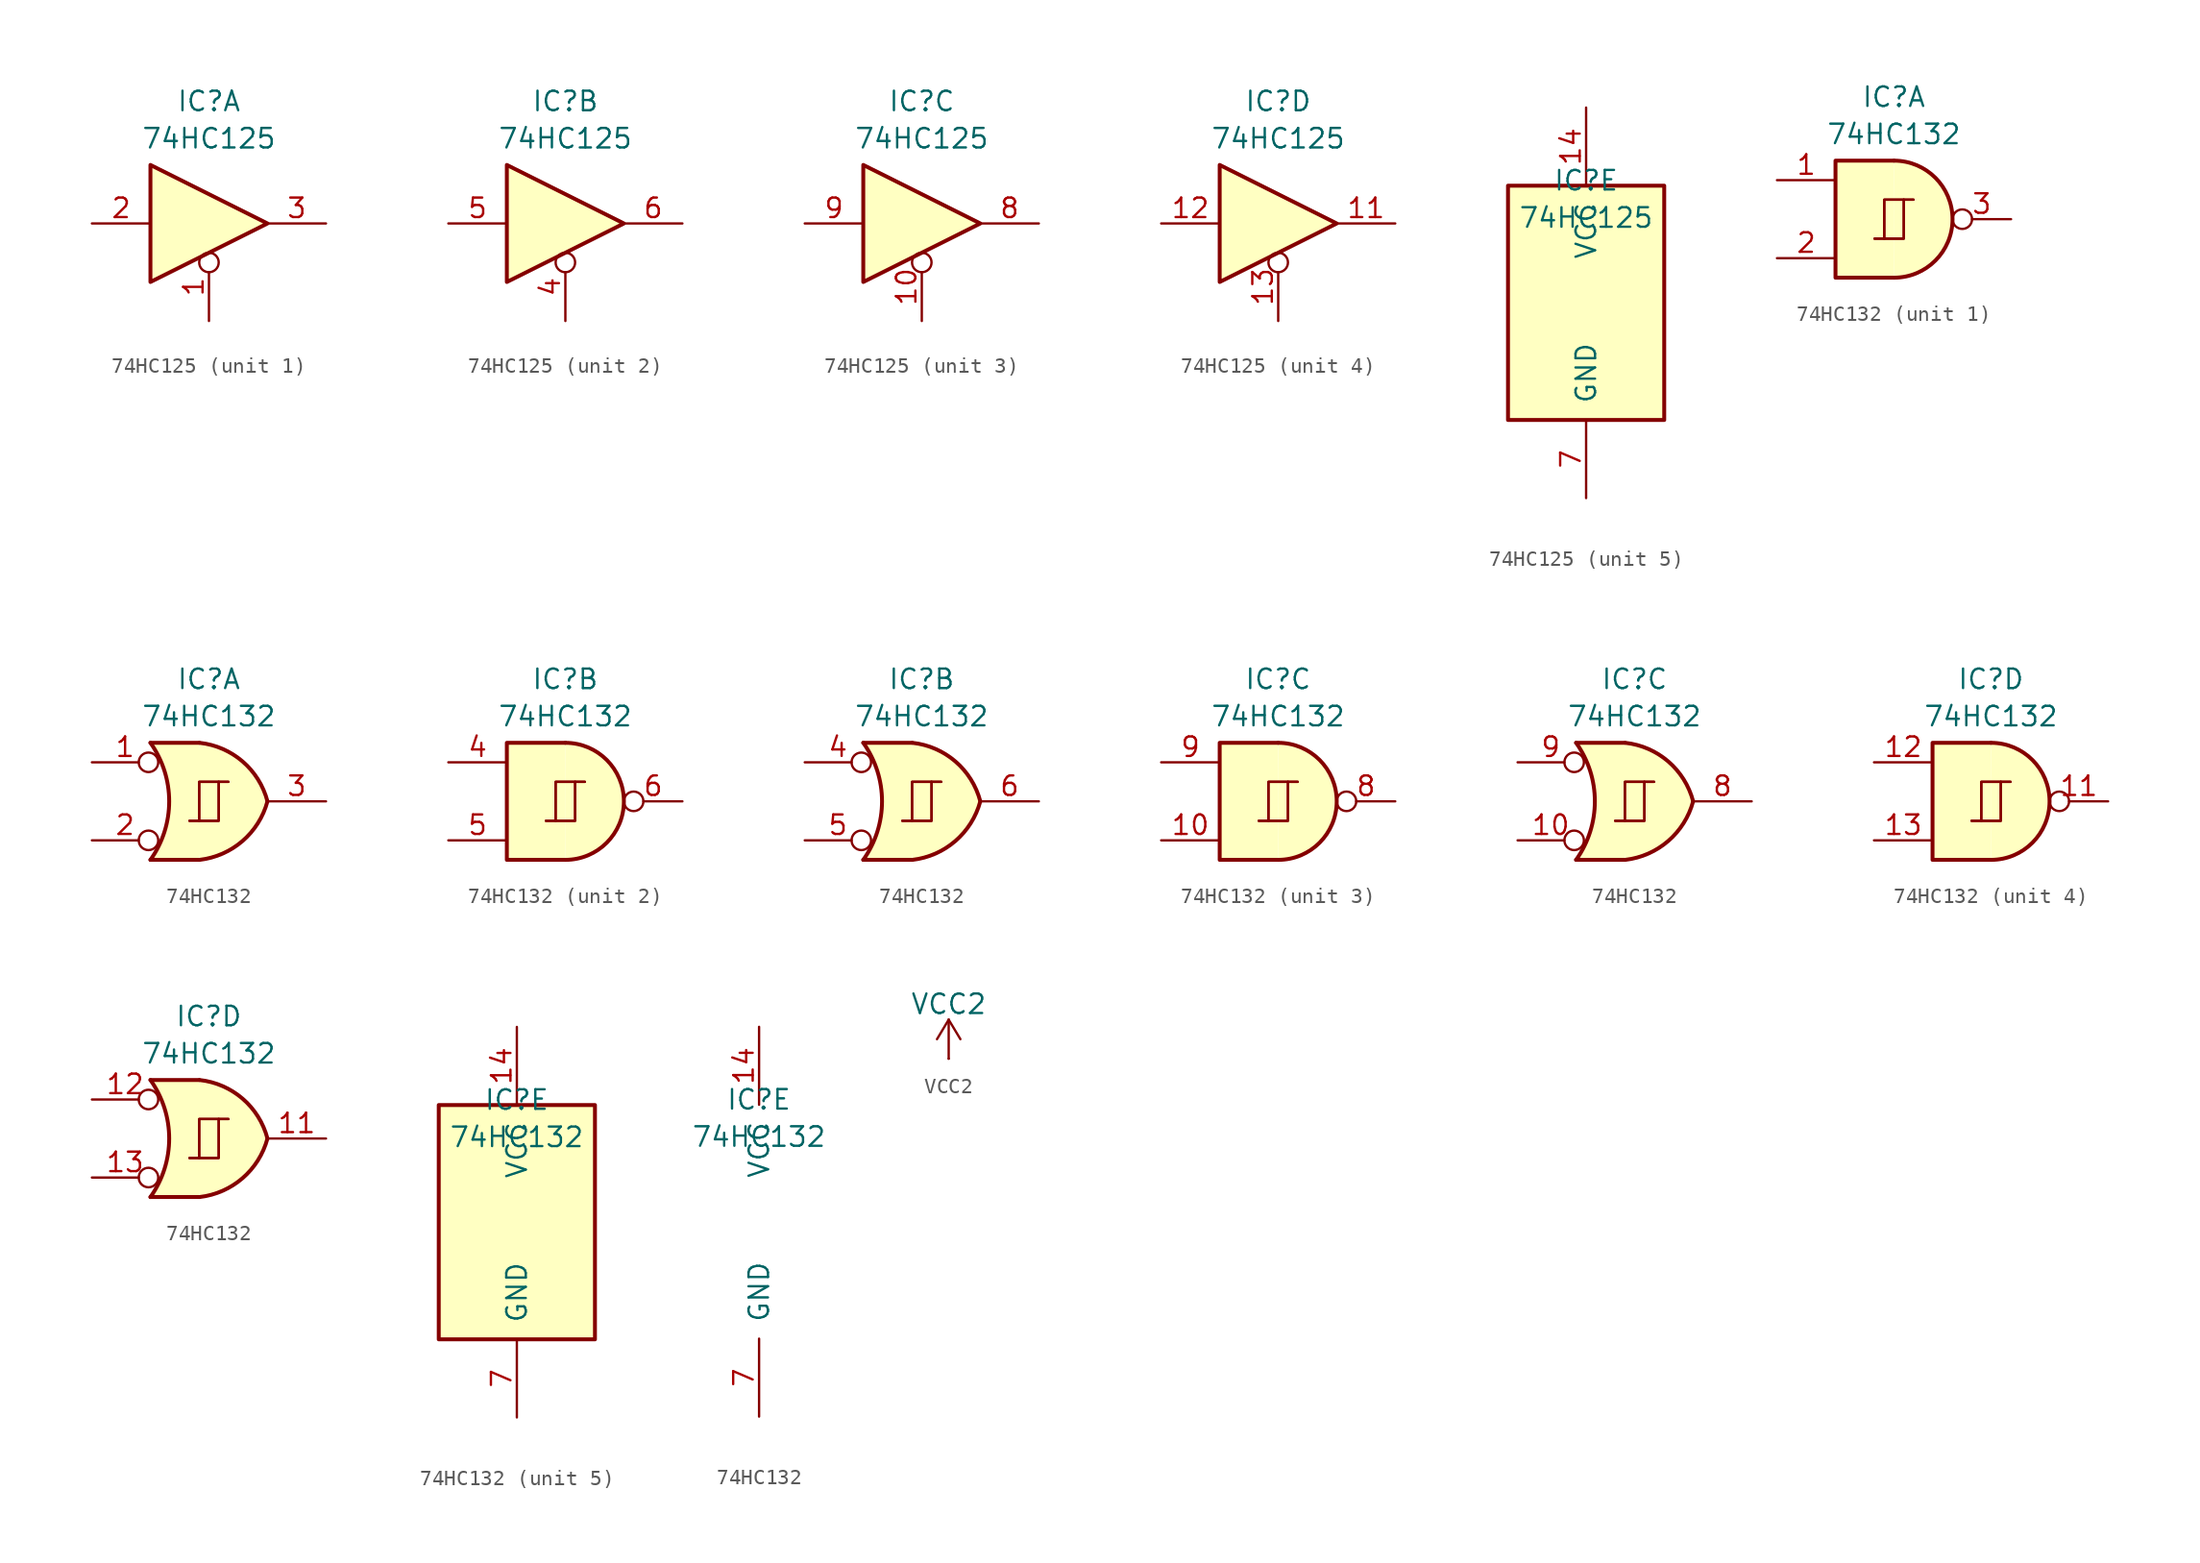
<source format=kicad_sym>
(kicad_symbol_lib
  (version 20231120)
  (generator "kicad_symbol_editor")
  (generator_version "8.0")
  (symbol "74HC125"
    (pin_names
      (offset 1.016))
    (property "Reference" "IC"
      (at 0 7.955 0)
      (effects (font (size 1.27 1.27))))
    (property "Value" "74HC125"
      (at 0 5.53 0)
      (effects (font (size 1.27 1.27))))
    (property "ki_locked" ""
      (at 0 0 0)
      (effects (font (size 1.27 1.27))))
    (symbol "74HC125_1_0"
      (polyline (pts (xy -3.81 3.81) (xy -3.81 -3.81) (xy 3.81 0) (xy -3.81 3.81)) (stroke (width 0.254) (type default)) (fill (type background)))
      (pin input inverted (at 0 -6.35 90) (length 4.445) (name "~" (effects (font (size 1.27 1.27)))) (number "1" (effects (font (size 1.27 1.27)))))
      (pin input line (at -7.62 0 0) (length 3.81) (name "~" (effects (font (size 1.27 1.27)))) (number "2" (effects (font (size 1.27 1.27)))))
      (pin tri_state line (at 7.62 0 180) (length 3.81) (name "~" (effects (font (size 1.27 1.27)))) (number "3" (effects (font (size 1.27 1.27))))))
    (symbol "74HC125_2_0"
      (polyline (pts (xy -3.81 3.81) (xy -3.81 -3.81) (xy 3.81 0) (xy -3.81 3.81)) (stroke (width 0.254) (type default)) (fill (type background)))
      (pin input inverted (at 0 -6.35 90) (length 4.445) (name "~" (effects (font (size 1.27 1.27)))) (number "4" (effects (font (size 1.27 1.27)))))
      (pin input line (at -7.62 0 0) (length 3.81) (name "~" (effects (font (size 1.27 1.27)))) (number "5" (effects (font (size 1.27 1.27)))))
      (pin tri_state line (at 7.62 0 180) (length 3.81) (name "~" (effects (font (size 1.27 1.27)))) (number "6" (effects (font (size 1.27 1.27))))))
    (symbol "74HC125_3_0"
      (polyline (pts (xy -3.81 3.81) (xy -3.81 -3.81) (xy 3.81 0) (xy -3.81 3.81)) (stroke (width 0.254) (type default)) (fill (type background)))
      (pin input inverted (at 0 -6.35 90) (length 4.445) (name "~" (effects (font (size 1.27 1.27)))) (number "10" (effects (font (size 1.27 1.27)))))
      (pin tri_state line (at 7.62 0 180) (length 3.81) (name "~" (effects (font (size 1.27 1.27)))) (number "8" (effects (font (size 1.27 1.27)))))
      (pin input line (at -7.62 0 0) (length 3.81) (name "~" (effects (font (size 1.27 1.27)))) (number "9" (effects (font (size 1.27 1.27))))))
    (symbol "74HC125_4_0"
      (polyline (pts (xy -3.81 3.81) (xy -3.81 -3.81) (xy 3.81 0) (xy -3.81 3.81)) (stroke (width 0.254) (type default)) (fill (type background)))
      (pin tri_state line (at 7.62 0 180) (length 3.81) (name "~" (effects (font (size 1.27 1.27)))) (number "11" (effects (font (size 1.27 1.27)))))
      (pin input line (at -7.62 0 0) (length 3.81) (name "~" (effects (font (size 1.27 1.27)))) (number "12" (effects (font (size 1.27 1.27)))))
      (pin input inverted (at 0 -6.35 90) (length 4.445) (name "~" (effects (font (size 1.27 1.27)))) (number "13" (effects (font (size 1.27 1.27))))))
    (symbol "74HC125_5_0"
      (pin power_in line (at 0 12.7 270) (length 5.08) (name "VCC" (effects (font (size 1.27 1.27)))) (number "14" (effects (font (size 1.27 1.27)))))
      (pin power_in line (at 0 -12.7 90) (length 5.08) (name "GND" (effects (font (size 1.27 1.27)))) (number "7" (effects (font (size 1.27 1.27))))))
    (symbol "74HC125_5_1"
      (rectangle (start -5.08 7.62) (end 5.08 -7.62) (stroke (width 0.254) (type default)) (fill (type background)))))
  (symbol "74HC132"
    (pin_names
      (offset 1.016))
    (property "Reference" "IC"
      (at -0.008 7.955 0)
      (effects (font (size 1.27 1.27))))
    (property "Value" "74HC132"
      (at -0.008 5.53 0)
      (effects (font (size 1.27 1.27))))
    (property "ki_locked" ""
      (at 0 0 0)
      (effects (font (size 1.27 1.27))))
    (symbol "74HC132_1_0"
      (polyline (pts (xy -0.635 -1.27) (xy -0.635 1.27) (xy 0.635 1.27)) (stroke (width 0) (type default)) (fill (type none)))
      (polyline (pts (xy -0.635 -1.27) (xy -0.635 1.27) (xy 0.635 1.27)) (stroke (width 0) (type default)) (fill (type none)))
      (polyline (pts (xy -1.27 -1.27) (xy 0.635 -1.27) (xy 0.635 1.27) (xy 1.27 1.27)) (stroke (width 0) (type default)) (fill (type none)))
      (polyline (pts (xy -1.27 -1.27) (xy 0.635 -1.27) (xy 0.635 1.27) (xy 1.27 1.27)) (stroke (width 0) (type default)) (fill (type none))))
    (symbol "74HC132_1_1"
      (arc (start 0 -3.81) (mid 3.7934 0) (end 0 3.81) (stroke (width 0.254) (type default)) (fill (type background)))
      (polyline (pts (xy 0 3.81) (xy -3.81 3.81) (xy -3.81 -3.81) (xy 0 -3.81)) (stroke (width 0.254) (type default)) (fill (type background)))
      (pin input line (at -7.62 2.54 0) (length 3.81) (name "~" (effects (font (size 1.27 1.27)))) (number "1" (effects (font (size 1.27 1.27)))))
      (pin input line (at -7.62 -2.54 0) (length 3.81) (name "~" (effects (font (size 1.27 1.27)))) (number "2" (effects (font (size 1.27 1.27)))))
      (pin output inverted (at 7.62 0 180) (length 3.81) (name "~" (effects (font (size 1.27 1.27)))) (number "3" (effects (font (size 1.27 1.27))))))
    (symbol "74HC132_1_2"
      (arc (start -3.81 -3.81) (mid -2.589 0) (end -3.81 3.81) (stroke (width 0.254) (type default)) (fill (type none)))
      (arc (start -0.6096 -3.81) (mid 2.1842 -2.5851) (end 3.81 0) (stroke (width 0.254) (type default)) (fill (type background)))
      (polyline (pts (xy -3.81 -3.81) (xy -0.635 -3.81)) (stroke (width 0.254) (type default)) (fill (type background)))
      (polyline (pts (xy -3.81 3.81) (xy -0.635 3.81)) (stroke (width 0.254) (type default)) (fill (type background)))
      (polyline (pts (xy -0.635 3.81) (xy -3.81 3.81) (xy -3.81 3.81) (xy -3.556 3.404) (xy -3.023 2.261) (xy -2.692 1.041) (xy -2.616 -0.254) (xy -2.769 -1.499) (xy -3.175 -2.718) (xy -3.81 -3.81) (xy -3.81 -3.81) (xy -0.635 -3.81)) (stroke (width -25.4) (type default)) (fill (type background)))
      (arc (start 3.81 0) (mid 2.1915 2.5936) (end -0.6096 3.81) (stroke (width 0.254) (type default)) (fill (type background)))
      (pin input inverted (at -7.62 2.54 0) (length 4.318) (name "~" (effects (font (size 1.27 1.27)))) (number "1" (effects (font (size 1.27 1.27)))))
      (pin input inverted (at -7.62 -2.54 0) (length 4.318) (name "~" (effects (font (size 1.27 1.27)))) (number "2" (effects (font (size 1.27 1.27)))))
      (pin output line (at 7.62 0 180) (length 3.81) (name "~" (effects (font (size 1.27 1.27)))) (number "3" (effects (font (size 1.27 1.27))))))
    (symbol "74HC132_2_0"
      (polyline (pts (xy -0.635 -1.27) (xy -0.635 1.27) (xy 0.635 1.27)) (stroke (width 0) (type default)) (fill (type none)))
      (polyline (pts (xy -0.635 -1.27) (xy -0.635 1.27) (xy 0.635 1.27)) (stroke (width 0) (type default)) (fill (type none)))
      (polyline (pts (xy -1.27 -1.27) (xy 0.635 -1.27) (xy 0.635 1.27) (xy 1.27 1.27)) (stroke (width 0) (type default)) (fill (type none)))
      (polyline (pts (xy -1.27 -1.27) (xy 0.635 -1.27) (xy 0.635 1.27) (xy 1.27 1.27)) (stroke (width 0) (type default)) (fill (type none))))
    (symbol "74HC132_2_1"
      (arc (start 0 -3.81) (mid 3.7934 0) (end 0 3.81) (stroke (width 0.254) (type default)) (fill (type background)))
      (polyline (pts (xy 0 3.81) (xy -3.81 3.81) (xy -3.81 -3.81) (xy 0 -3.81)) (stroke (width 0.254) (type default)) (fill (type background)))
      (pin input line (at -7.62 2.54 0) (length 3.81) (name "~" (effects (font (size 1.27 1.27)))) (number "4" (effects (font (size 1.27 1.27)))))
      (pin input line (at -7.62 -2.54 0) (length 3.81) (name "~" (effects (font (size 1.27 1.27)))) (number "5" (effects (font (size 1.27 1.27)))))
      (pin output inverted (at 7.62 0 180) (length 3.81) (name "~" (effects (font (size 1.27 1.27)))) (number "6" (effects (font (size 1.27 1.27))))))
    (symbol "74HC132_2_2"
      (arc (start -3.81 -3.81) (mid -2.589 0) (end -3.81 3.81) (stroke (width 0.254) (type default)) (fill (type none)))
      (arc (start -0.6096 -3.81) (mid 2.1842 -2.5851) (end 3.81 0) (stroke (width 0.254) (type default)) (fill (type background)))
      (polyline (pts (xy -3.81 -3.81) (xy -0.635 -3.81)) (stroke (width 0.254) (type default)) (fill (type background)))
      (polyline (pts (xy -3.81 3.81) (xy -0.635 3.81)) (stroke (width 0.254) (type default)) (fill (type background)))
      (polyline (pts (xy -0.635 3.81) (xy -3.81 3.81) (xy -3.81 3.81) (xy -3.556 3.404) (xy -3.023 2.261) (xy -2.692 1.041) (xy -2.616 -0.254) (xy -2.769 -1.499) (xy -3.175 -2.718) (xy -3.81 -3.81) (xy -3.81 -3.81) (xy -0.635 -3.81)) (stroke (width -25.4) (type default)) (fill (type background)))
      (arc (start 3.81 0) (mid 2.1915 2.5936) (end -0.6096 3.81) (stroke (width 0.254) (type default)) (fill (type background)))
      (pin input inverted (at -7.62 2.54 0) (length 4.318) (name "~" (effects (font (size 1.27 1.27)))) (number "4" (effects (font (size 1.27 1.27)))))
      (pin input inverted (at -7.62 -2.54 0) (length 4.318) (name "~" (effects (font (size 1.27 1.27)))) (number "5" (effects (font (size 1.27 1.27)))))
      (pin output line (at 7.62 0 180) (length 3.81) (name "~" (effects (font (size 1.27 1.27)))) (number "6" (effects (font (size 1.27 1.27))))))
    (symbol "74HC132_3_0"
      (polyline (pts (xy -0.635 -1.27) (xy -0.635 1.27) (xy 0.635 1.27)) (stroke (width 0) (type default)) (fill (type none)))
      (polyline (pts (xy -0.635 -1.27) (xy -0.635 1.27) (xy 0.635 1.27)) (stroke (width 0) (type default)) (fill (type none)))
      (polyline (pts (xy -1.27 -1.27) (xy 0.635 -1.27) (xy 0.635 1.27) (xy 1.27 1.27)) (stroke (width 0) (type default)) (fill (type none)))
      (polyline (pts (xy -1.27 -1.27) (xy 0.635 -1.27) (xy 0.635 1.27) (xy 1.27 1.27)) (stroke (width 0) (type default)) (fill (type none))))
    (symbol "74HC132_3_1"
      (arc (start 0 -3.81) (mid 3.7934 0) (end 0 3.81) (stroke (width 0.254) (type default)) (fill (type background)))
      (polyline (pts (xy 0 3.81) (xy -3.81 3.81) (xy -3.81 -3.81) (xy 0 -3.81)) (stroke (width 0.254) (type default)) (fill (type background)))
      (pin input line (at -7.62 -2.54 0) (length 3.81) (name "~" (effects (font (size 1.27 1.27)))) (number "10" (effects (font (size 1.27 1.27)))))
      (pin output inverted (at 7.62 0 180) (length 3.81) (name "~" (effects (font (size 1.27 1.27)))) (number "8" (effects (font (size 1.27 1.27)))))
      (pin input line (at -7.62 2.54 0) (length 3.81) (name "~" (effects (font (size 1.27 1.27)))) (number "9" (effects (font (size 1.27 1.27))))))
    (symbol "74HC132_3_2"
      (arc (start -3.81 -3.81) (mid -2.589 0) (end -3.81 3.81) (stroke (width 0.254) (type default)) (fill (type none)))
      (arc (start -0.6096 -3.81) (mid 2.1842 -2.5851) (end 3.81 0) (stroke (width 0.254) (type default)) (fill (type background)))
      (polyline (pts (xy -3.81 -3.81) (xy -0.635 -3.81)) (stroke (width 0.254) (type default)) (fill (type background)))
      (polyline (pts (xy -3.81 3.81) (xy -0.635 3.81)) (stroke (width 0.254) (type default)) (fill (type background)))
      (polyline (pts (xy -0.635 3.81) (xy -3.81 3.81) (xy -3.81 3.81) (xy -3.556 3.404) (xy -3.023 2.261) (xy -2.692 1.041) (xy -2.616 -0.254) (xy -2.769 -1.499) (xy -3.175 -2.718) (xy -3.81 -3.81) (xy -3.81 -3.81) (xy -0.635 -3.81)) (stroke (width -25.4) (type default)) (fill (type background)))
      (arc (start 3.81 0) (mid 2.1915 2.5936) (end -0.6096 3.81) (stroke (width 0.254) (type default)) (fill (type background)))
      (pin input inverted (at -7.62 -2.54 0) (length 4.318) (name "~" (effects (font (size 1.27 1.27)))) (number "10" (effects (font (size 1.27 1.27)))))
      (pin output line (at 7.62 0 180) (length 3.81) (name "~" (effects (font (size 1.27 1.27)))) (number "8" (effects (font (size 1.27 1.27)))))
      (pin input inverted (at -7.62 2.54 0) (length 4.318) (name "~" (effects (font (size 1.27 1.27)))) (number "9" (effects (font (size 1.27 1.27))))))
    (symbol "74HC132_4_0"
      (polyline (pts (xy -0.635 -1.27) (xy -0.635 1.27) (xy 0.635 1.27)) (stroke (width 0) (type default)) (fill (type none)))
      (polyline (pts (xy -0.635 -1.27) (xy -0.635 1.27) (xy 0.635 1.27)) (stroke (width 0) (type default)) (fill (type none)))
      (polyline (pts (xy -1.27 -1.27) (xy 0.635 -1.27) (xy 0.635 1.27) (xy 1.27 1.27)) (stroke (width 0) (type default)) (fill (type none)))
      (polyline (pts (xy -1.27 -1.27) (xy 0.635 -1.27) (xy 0.635 1.27) (xy 1.27 1.27)) (stroke (width 0) (type default)) (fill (type none))))
    (symbol "74HC132_4_1"
      (arc (start 0 -3.81) (mid 3.7934 0) (end 0 3.81) (stroke (width 0.254) (type default)) (fill (type background)))
      (polyline (pts (xy 0 3.81) (xy -3.81 3.81) (xy -3.81 -3.81) (xy 0 -3.81)) (stroke (width 0.254) (type default)) (fill (type background)))
      (pin output inverted (at 7.62 0 180) (length 3.81) (name "~" (effects (font (size 1.27 1.27)))) (number "11" (effects (font (size 1.27 1.27)))))
      (pin input line (at -7.62 2.54 0) (length 3.81) (name "~" (effects (font (size 1.27 1.27)))) (number "12" (effects (font (size 1.27 1.27)))))
      (pin input line (at -7.62 -2.54 0) (length 3.81) (name "~" (effects (font (size 1.27 1.27)))) (number "13" (effects (font (size 1.27 1.27))))))
    (symbol "74HC132_4_2"
      (arc (start -3.81 -3.81) (mid -2.589 0) (end -3.81 3.81) (stroke (width 0.254) (type default)) (fill (type none)))
      (arc (start -0.6096 -3.81) (mid 2.1842 -2.5851) (end 3.81 0) (stroke (width 0.254) (type default)) (fill (type background)))
      (polyline (pts (xy -3.81 -3.81) (xy -0.635 -3.81)) (stroke (width 0.254) (type default)) (fill (type background)))
      (polyline (pts (xy -3.81 3.81) (xy -0.635 3.81)) (stroke (width 0.254) (type default)) (fill (type background)))
      (polyline (pts (xy -0.635 3.81) (xy -3.81 3.81) (xy -3.81 3.81) (xy -3.556 3.404) (xy -3.023 2.261) (xy -2.692 1.041) (xy -2.616 -0.254) (xy -2.769 -1.499) (xy -3.175 -2.718) (xy -3.81 -3.81) (xy -3.81 -3.81) (xy -0.635 -3.81)) (stroke (width -25.4) (type default)) (fill (type background)))
      (arc (start 3.81 0) (mid 2.1915 2.5936) (end -0.6096 3.81) (stroke (width 0.254) (type default)) (fill (type background)))
      (pin output line (at 7.62 0 180) (length 3.81) (name "~" (effects (font (size 1.27 1.27)))) (number "11" (effects (font (size 1.27 1.27)))))
      (pin input inverted (at -7.62 2.54 0) (length 4.318) (name "~" (effects (font (size 1.27 1.27)))) (number "12" (effects (font (size 1.27 1.27)))))
      (pin input inverted (at -7.62 -2.54 0) (length 4.318) (name "~" (effects (font (size 1.27 1.27)))) (number "13" (effects (font (size 1.27 1.27))))))
    (symbol "74HC132_5_0"
      (pin power_in line (at 0 12.7 270) (length 5.08) (name "VCC" (effects (font (size 1.27 1.27)))) (number "14" (effects (font (size 1.27 1.27)))))
      (pin power_in line (at 0 -12.7 90) (length 5.08) (name "GND" (effects (font (size 1.27 1.27)))) (number "7" (effects (font (size 1.27 1.27))))))
    (symbol "74HC132_5_1"
      (rectangle (start -5.08 7.62) (end 5.08 -7.62) (stroke (width 0.254) (type default)) (fill (type background)))))
  (symbol "VCC2"
    (power)
    (pin_numbers hide)
    (pin_names
      (offset 0) hide)
    (property "Reference" "#PWR"
      (at 0 -3.81 0)
      (effects (font (size 1.27 1.27)) (hide yes)))
    (property "Value" "VCC2"
      (at 0 3.556 0)
      (effects (font (size 1.27 1.27))))
    (symbol "VCC2_0_1"
      (polyline (pts (xy -0.762 1.27) (xy 0 2.54)) (stroke (width 0) (type default)) (fill (type none)))
      (polyline (pts (xy 0 0) (xy 0 2.54)) (stroke (width 0) (type default)) (fill (type none)))
      (polyline (pts (xy 0 2.54) (xy 0.762 1.27)) (stroke (width 0) (type default)) (fill (type none))))
    (symbol "VCC2_1_1"
      (pin power_in line (at 0 0 90) (length 0) (name "~" (effects (font (size 1.27 1.27)))) (number "1" (effects (font (size 1.27 1.27))))))))
</source>
